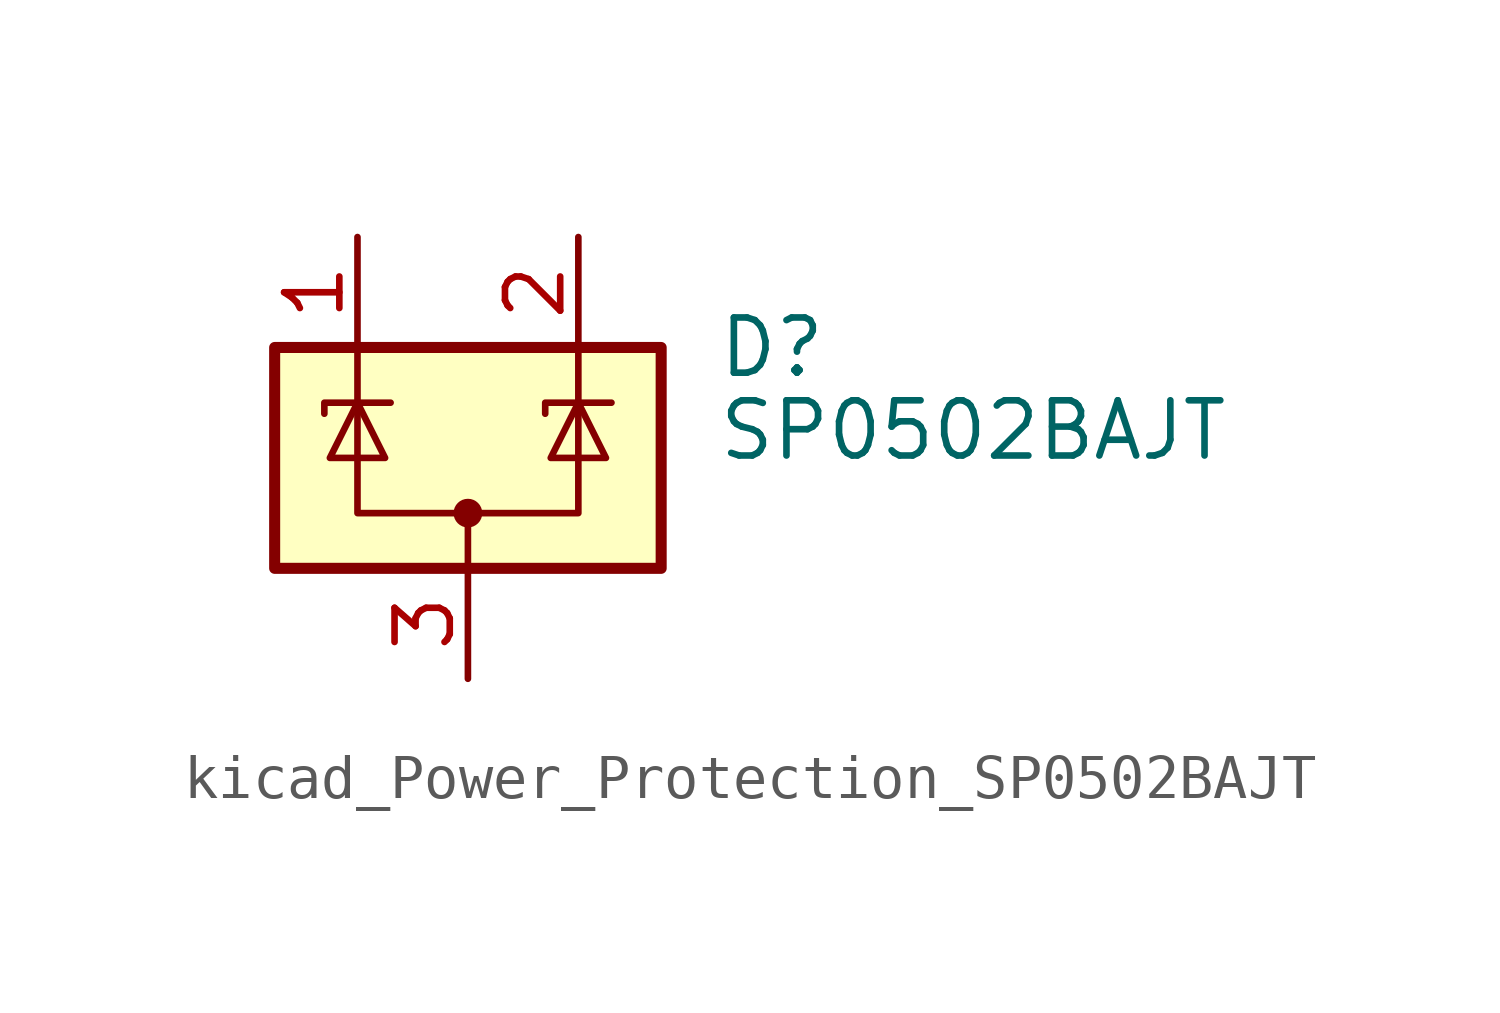
<source format=kicad_sym>
(kicad_symbol_lib
  (version 20220914)
  (generator kicad_symbol_editor)
  (symbol "kicad_Power_Protection_SP0502BAJT"
    (pin_names hide)
    (property "Reference" "D"
      (at 5.715 2.54 0)
      (effects (font (size 1.27 1.27)) (justify left)))
    (property "Value" "SP0502BAJT"
      (at 5.715 0.635 0)
      (effects (font (size 1.27 1.27)) (justify left)))
    (symbol "kicad_Power_Protection_SP0502BAJT_0_0"
      (pin passive line (at 0 -5.08 90) (length 2.54) (name "A" (effects (font (size 1.27 1.27)))) (number "3" (effects (font (size 1.27 1.27))))))
    (symbol "kicad_Power_Protection_SP0502BAJT_0_1"
      (rectangle (start -4.445 2.54) (end 4.445 -2.54) (stroke (width 0.254) (type default)) (fill (type background)))
      (circle (center 0 -1.27) (radius 0.254) (stroke (width 0) (type default)) (fill (type outline)))
      (polyline (pts (xy -2.54 2.54) (xy -2.54 1.27)) (stroke (width 0) (type default)) (fill (type none)))
      (polyline (pts (xy 0 -1.27) (xy 0 -2.54)) (stroke (width 0) (type default)) (fill (type none)))
      (polyline (pts (xy 2.54 2.54) (xy 2.54 1.27)) (stroke (width 0) (type default)) (fill (type none)))
      (polyline (pts (xy -3.302 1.016) (xy -3.302 1.27) (xy -1.905 1.27) (xy -1.778 1.27)) (stroke (width 0) (type default)) (fill (type none)))
      (polyline (pts (xy -2.54 1.27) (xy -2.54 -1.27) (xy 2.54 -1.27) (xy 2.54 1.27)) (stroke (width 0) (type default)) (fill (type none)))
      (polyline (pts (xy -2.54 1.27) (xy -1.905 0) (xy -3.175 0) (xy -2.54 1.27)) (stroke (width 0) (type default)) (fill (type none)))
      (polyline (pts (xy 1.778 1.016) (xy 1.778 1.27) (xy 3.175 1.27) (xy 3.302 1.27)) (stroke (width 0) (type default)) (fill (type none)))
      (polyline (pts (xy 2.54 1.27) (xy 1.905 0) (xy 3.175 0) (xy 2.54 1.27)) (stroke (width 0) (type default)) (fill (type none))))
    (symbol "kicad_Power_Protection_SP0502BAJT_1_1"
      (pin passive line (at -2.54 5.08 270) (length 2.54) (name "K" (effects (font (size 1.27 1.27)))) (number "1" (effects (font (size 1.27 1.27)))))
      (pin passive line (at 2.54 5.08 270) (length 2.54) (name "K" (effects (font (size 1.27 1.27)))) (number "2" (effects (font (size 1.27 1.27))))))))
</source>
